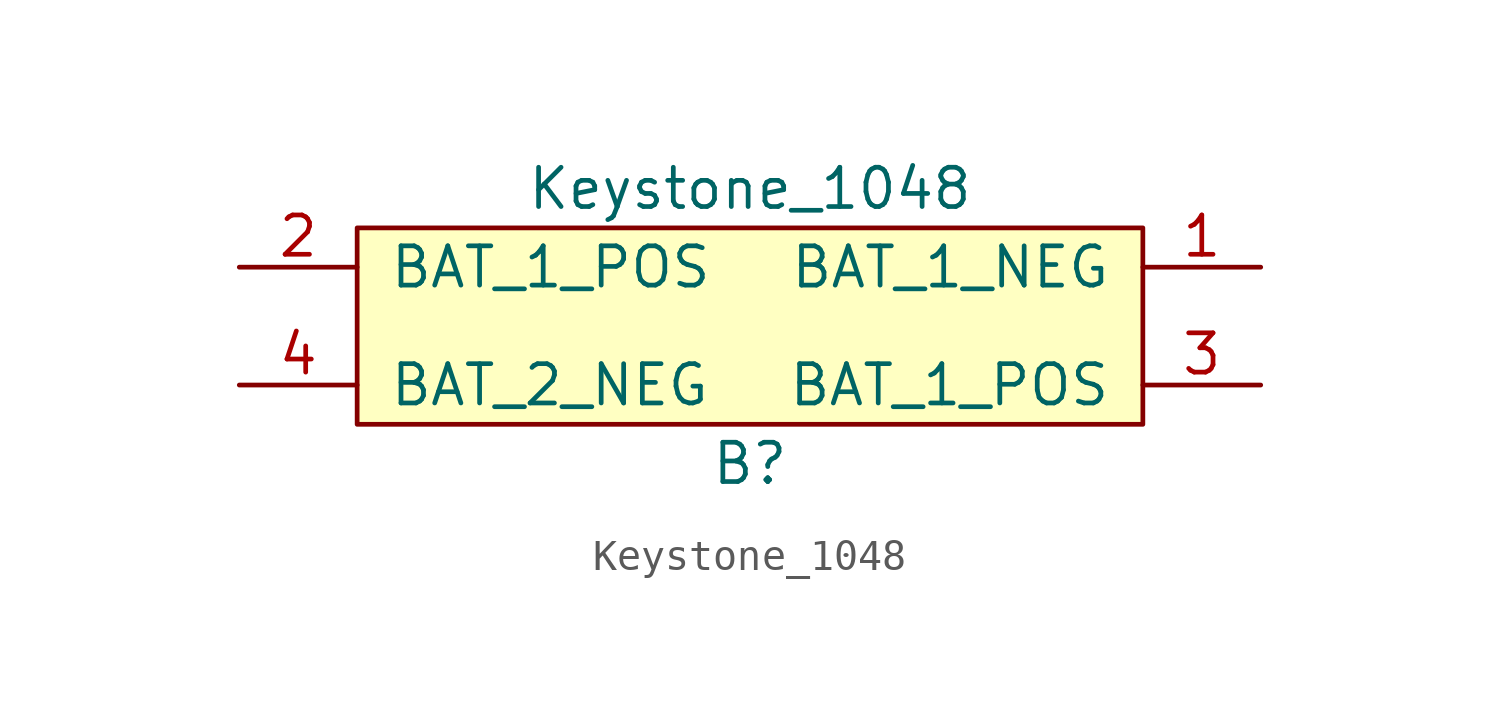
<source format=kicad_sym>
(kicad_symbol_lib
  (version 20211014)
  (generator kicad_symbol_editor)
  (symbol "Keystone_1048"
    (pin_names
      (offset 1.016))
    (property "Reference" "B"
      (at 0 -6.35 0)
      (effects (font (size 1.27 1.27))))
    (property "Value" "Keystone_1048"
      (at 0 2.54 0)
      (effects (font (size 1.27 1.27))))
    (symbol "Keystone_1048_0_1"
      (rectangle (start -12.7 1.27) (end 12.7 -5.08) (stroke (width 0) (type default) (color 0 0 0 0)) (fill (type background))))
    (symbol "Keystone_1048_1_1"
      (pin passive line (at 16.51 0 180) (length 3.81) (name "BAT_1_NEG" (effects (font (size 1.27 1.27)))) (number "1" (effects (font (size 1.27 1.27)))))
      (pin passive line (at -16.51 0 0) (length 3.81) (name "BAT_1_POS" (effects (font (size 1.27 1.27)))) (number "2" (effects (font (size 1.27 1.27)))))
      (pin passive line (at 16.51 -3.81 180) (length 3.81) (name "BAT_1_POS" (effects (font (size 1.27 1.27)))) (number "3" (effects (font (size 1.27 1.27)))))
      (pin passive line (at -16.51 -3.81 0) (length 3.81) (name "BAT_2_NEG" (effects (font (size 1.27 1.27)))) (number "4" (effects (font (size 1.27 1.27))))))))
</source>
